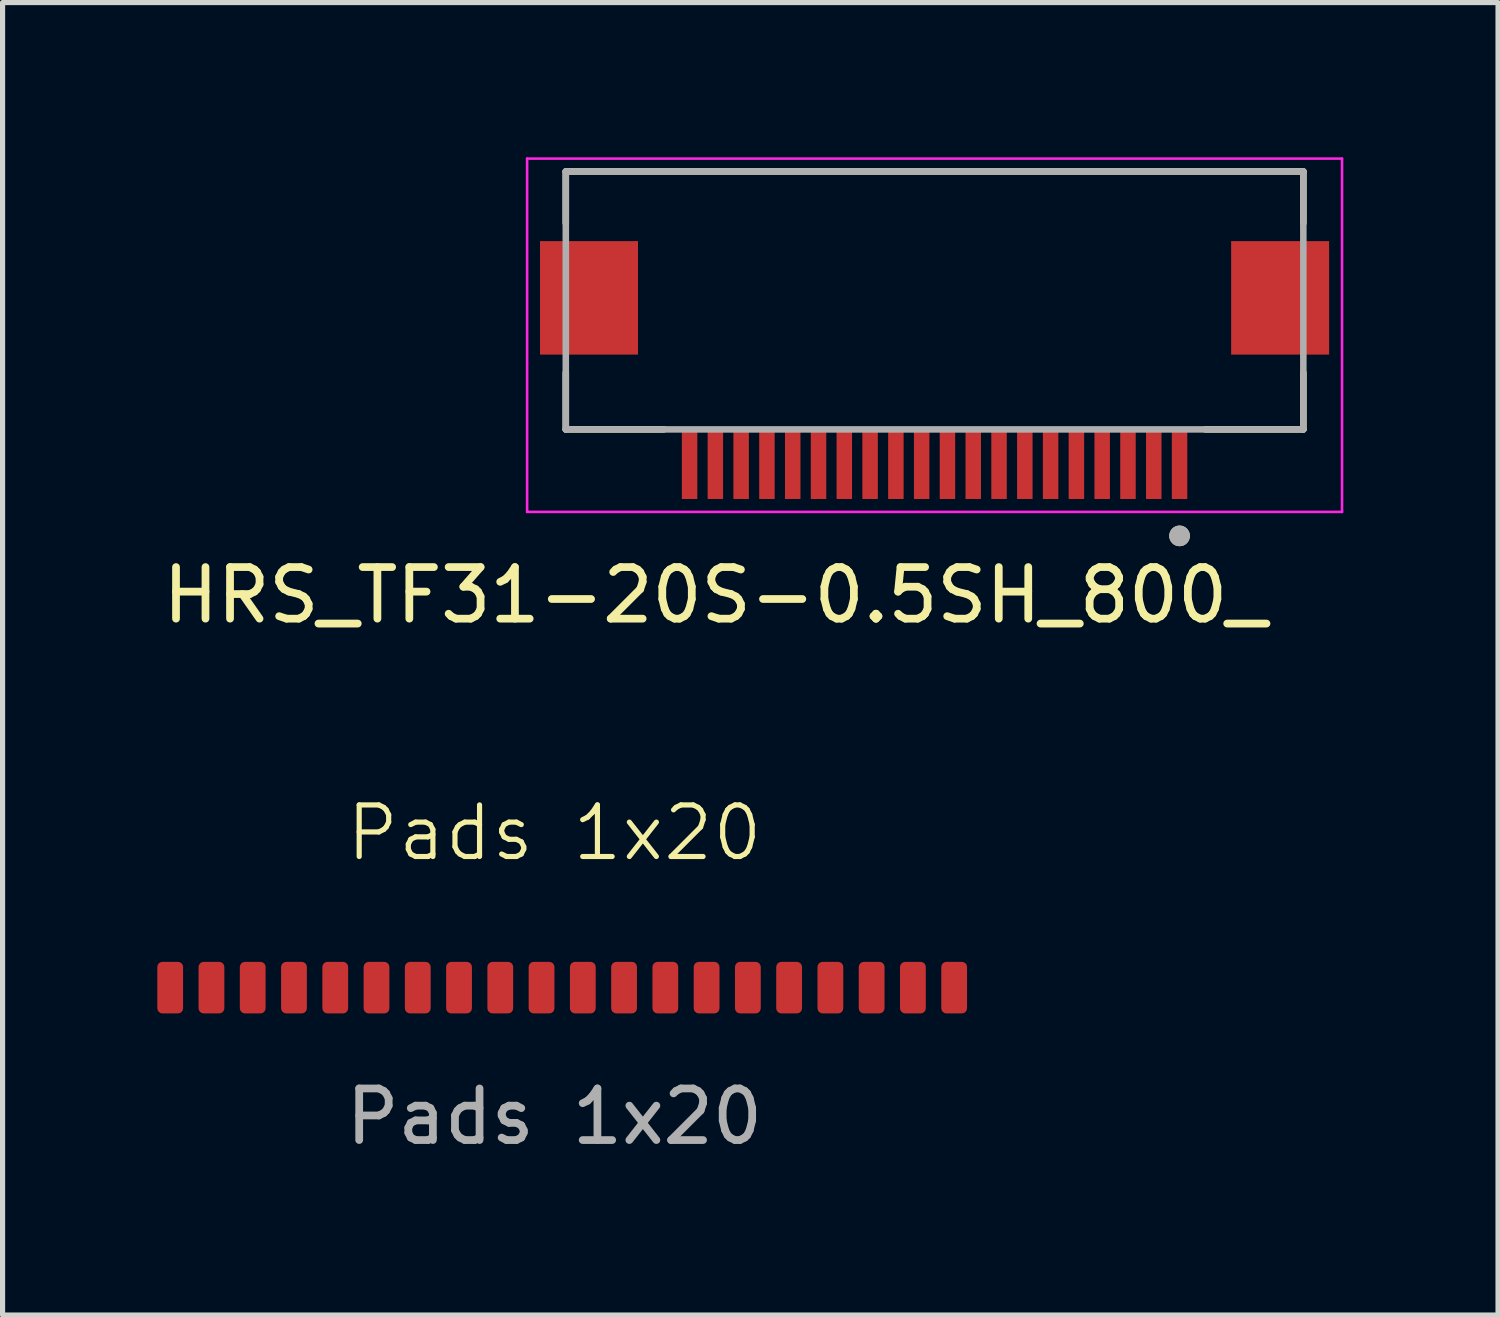
<source format=kicad_pcb>
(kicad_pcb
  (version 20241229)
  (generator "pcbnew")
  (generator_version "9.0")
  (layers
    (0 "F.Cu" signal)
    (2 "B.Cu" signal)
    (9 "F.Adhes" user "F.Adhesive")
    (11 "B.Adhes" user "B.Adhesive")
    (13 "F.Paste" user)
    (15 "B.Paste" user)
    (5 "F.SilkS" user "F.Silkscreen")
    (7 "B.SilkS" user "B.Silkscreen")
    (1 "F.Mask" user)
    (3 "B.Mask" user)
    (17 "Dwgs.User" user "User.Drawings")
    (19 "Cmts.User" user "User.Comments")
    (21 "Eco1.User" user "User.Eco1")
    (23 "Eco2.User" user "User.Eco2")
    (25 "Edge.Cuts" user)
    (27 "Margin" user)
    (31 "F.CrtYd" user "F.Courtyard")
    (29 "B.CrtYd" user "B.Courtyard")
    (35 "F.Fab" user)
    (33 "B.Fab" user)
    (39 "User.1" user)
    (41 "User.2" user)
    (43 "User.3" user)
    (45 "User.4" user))
  (footprint "HRS_TF31-20S-0.5SH_800_"
    (layer "F.Cu")
    (at 15.07 2.775)
    (property "Reference" "HRS_TF31-20S-0.5SH_800_" (at -4.255 5.715 0) (layer "F.SilkS") (effects (font (size 1 1) (thickness 0.15))))
    (attr smd)
    (fp_line (start -7.15 -2.5) (end -7.15 -1.5) (stroke (width 0.127) (type solid)) (layer "F.SilkS"))
    (fp_line (start -7.15 1.4) (end -7.15 2.5) (stroke (width 0.127) (type solid)) (layer "F.SilkS"))
    (fp_line (start -7.15 2.5) (end -5.25 2.5) (stroke (width 0.127) (type solid)) (layer "F.SilkS"))
    (fp_line (start 5.25 2.5) (end 7.15 2.5) (stroke (width 0.127) (type solid)) (layer "F.SilkS"))
    (fp_line (start 7.15 -2.5) (end -7.15 -2.5) (stroke (width 0.127) (type solid)) (layer "F.SilkS"))
    (fp_line (start 7.15 -1.5) (end 7.15 -2.5) (stroke (width 0.127) (type solid)) (layer "F.SilkS"))
    (fp_line (start 7.15 2.5) (end 7.15 1.4) (stroke (width 0.127) (type solid)) (layer "F.SilkS"))
    (fp_circle (center 4.75 4.565) (end 4.85 4.565) (stroke (width 0.2) (type solid)) (fill no) (layer "F.SilkS"))
    (fp_line (start -7.9 -2.75) (end 7.9 -2.75) (stroke (width 0.05) (type solid)) (layer "F.CrtYd"))
    (fp_line (start -7.9 4.1) (end -7.9 -2.75) (stroke (width 0.05) (type solid)) (layer "F.CrtYd"))
    (fp_line (start 7.9 -2.75) (end 7.9 4.1) (stroke (width 0.05) (type solid)) (layer "F.CrtYd"))
    (fp_line (start 7.9 4.1) (end -7.9 4.1) (stroke (width 0.05) (type solid)) (layer "F.CrtYd"))
    (fp_line (start -7.15 -2.5) (end 7.15 -2.5) (stroke (width 0.127) (type solid)) (layer "F.Fab"))
    (fp_line (start -7.15 2.5) (end -7.15 -2.5) (stroke (width 0.127) (type solid)) (layer "F.Fab"))
    (fp_line (start 7.15 -2.5) (end 7.15 2.5) (stroke (width 0.127) (type solid)) (layer "F.Fab"))
    (fp_line (start 7.15 2.5) (end -7.15 2.5) (stroke (width 0.127) (type solid)) (layer "F.Fab"))
    (fp_circle (center 4.75 4.565) (end 4.85 4.565) (stroke (width 0.2) (type solid)) (fill no) (layer "F.Fab"))
    (pad "1" smd rect (at 4.75 3.2) (size 0.3 1.3) (layers "F.Cu" "F.Mask" "F.Paste"))
    (pad "2" smd rect (at 4.25 3.2) (size 0.3 1.3) (layers "F.Cu" "F.Mask" "F.Paste"))
    (pad "3" smd rect (at 3.75 3.2) (size 0.3 1.3) (layers "F.Cu" "F.Mask" "F.Paste"))
    (pad "4" smd rect (at 3.25 3.2) (size 0.3 1.3) (layers "F.Cu" "F.Mask" "F.Paste"))
    (pad "5" smd rect (at 2.75 3.2) (size 0.3 1.3) (layers "F.Cu" "F.Mask" "F.Paste"))
    (pad "6" smd rect (at 2.25 3.2) (size 0.3 1.3) (layers "F.Cu" "F.Mask" "F.Paste"))
    (pad "7" smd rect (at 1.75 3.2) (size 0.3 1.3) (layers "F.Cu" "F.Mask" "F.Paste"))
    (pad "8" smd rect (at 1.25 3.2) (size 0.3 1.3) (layers "F.Cu" "F.Mask" "F.Paste"))
    (pad "9" smd rect (at 0.75 3.2) (size 0.3 1.3) (layers "F.Cu" "F.Mask" "F.Paste"))
    (pad "10" smd rect (at 0.25 3.2) (size 0.3 1.3) (layers "F.Cu" "F.Mask" "F.Paste"))
    (pad "11" smd rect (at -0.25 3.2) (size 0.3 1.3) (layers "F.Cu" "F.Mask" "F.Paste"))
    (pad "12" smd rect (at -0.75 3.2) (size 0.3 1.3) (layers "F.Cu" "F.Mask" "F.Paste"))
    (pad "13" smd rect (at -1.25 3.2) (size 0.3 1.3) (layers "F.Cu" "F.Mask" "F.Paste"))
    (pad "14" smd rect (at -1.75 3.2) (size 0.3 1.3) (layers "F.Cu" "F.Mask" "F.Paste"))
    (pad "15" smd rect (at -2.25 3.2) (size 0.3 1.3) (layers "F.Cu" "F.Mask" "F.Paste"))
    (pad "16" smd rect (at -2.75 3.2) (size 0.3 1.3) (layers "F.Cu" "F.Mask" "F.Paste"))
    (pad "17" smd rect (at -3.25 3.2) (size 0.3 1.3) (layers "F.Cu" "F.Mask" "F.Paste"))
    (pad "18" smd rect (at -3.75 3.2) (size 0.3 1.3) (layers "F.Cu" "F.Mask" "F.Paste"))
    (pad "19" smd rect (at -4.25 3.2) (size 0.3 1.3) (layers "F.Cu" "F.Mask" "F.Paste"))
    (pad "20" smd rect (at -4.75 3.2) (size 0.3 1.3) (layers "F.Cu" "F.Mask" "F.Paste"))
    (pad "S1" smd rect (at -6.7 -0.05) (size 1.9 2.2) (layers "F.Cu" "F.Mask" "F.Paste"))
    (pad "S2" smd rect (at 6.7 -0.05) (size 1.9 2.2) (layers "F.Cu" "F.Mask" "F.Paste")))
  (footprint "Pads 1x20"
    (layer "F.Cu")
    (at 7.7 16.099)
    (property "Reference" "Pads 1x20" (at 0 -3 0) (unlocked yes) (layer "F.SilkS") (effects (font (size 1 1) (thickness 0.1))))
    (attr exclude_from_pos_files exclude_from_bom)
    (fp_text user "${REFERENCE}" (at 0 2.5 0) (unlocked yes) (layer "F.Fab") (effects (font (size 1 1) (thickness 0.15))))
    (pad "1" smd roundrect (at -7.45 0) (size 0.5 1) (layers "F.Cu" "F.Mask" "F.Paste") (roundrect_rratio 0.2))
    (pad "2" smd roundrect (at -6.65 0) (size 0.5 1) (layers "F.Cu" "F.Mask" "F.Paste") (roundrect_rratio 0.2))
    (pad "3" smd roundrect (at -5.85 0) (size 0.5 1) (layers "F.Cu" "F.Mask" "F.Paste") (roundrect_rratio 0.2))
    (pad "4" smd roundrect (at -5.05 0) (size 0.5 1) (layers "F.Cu" "F.Mask" "F.Paste") (roundrect_rratio 0.2))
    (pad "5" smd roundrect (at -4.25 0) (size 0.5 1) (layers "F.Cu" "F.Mask" "F.Paste") (roundrect_rratio 0.2))
    (pad "6" smd roundrect (at -3.45 0) (size 0.5 1) (layers "F.Cu" "F.Mask" "F.Paste") (roundrect_rratio 0.2))
    (pad "7" smd roundrect (at -2.65 0) (size 0.5 1) (layers "F.Cu" "F.Mask" "F.Paste") (roundrect_rratio 0.2))
    (pad "8" smd roundrect (at -1.85 0) (size 0.5 1) (layers "F.Cu" "F.Mask" "F.Paste") (roundrect_rratio 0.2))
    (pad "9" smd roundrect (at -1.05 0) (size 0.5 1) (layers "F.Cu" "F.Mask" "F.Paste") (roundrect_rratio 0.2))
    (pad "10" smd roundrect (at -0.25 0) (size 0.5 1) (layers "F.Cu" "F.Mask" "F.Paste") (roundrect_rratio 0.2))
    (pad "11" smd roundrect (at 0.55 0) (size 0.5 1) (layers "F.Cu" "F.Mask" "F.Paste") (roundrect_rratio 0.2))
    (pad "12" smd roundrect (at 1.35 0) (size 0.5 1) (layers "F.Cu" "F.Mask" "F.Paste") (roundrect_rratio 0.2))
    (pad "13" smd roundrect (at 2.15 0) (size 0.5 1) (layers "F.Cu" "F.Mask" "F.Paste") (roundrect_rratio 0.2))
    (pad "14" smd roundrect (at 2.95 0) (size 0.5 1) (layers "F.Cu" "F.Mask" "F.Paste") (roundrect_rratio 0.2))
    (pad "15" smd roundrect (at 3.75 0) (size 0.5 1) (layers "F.Cu" "F.Mask" "F.Paste") (roundrect_rratio 0.2))
    (pad "16" smd roundrect (at 4.55 0) (size 0.5 1) (layers "F.Cu" "F.Mask" "F.Paste") (roundrect_rratio 0.2))
    (pad "17" smd roundrect (at 5.35 0) (size 0.5 1) (layers "F.Cu" "F.Mask" "F.Paste") (roundrect_rratio 0.2))
    (pad "18" smd roundrect (at 6.15 0) (size 0.5 1) (layers "F.Cu" "F.Mask" "F.Paste") (roundrect_rratio 0.2))
    (pad "19" smd roundrect (at 6.95 0) (size 0.5 1) (layers "F.Cu" "F.Mask" "F.Paste") (roundrect_rratio 0.2))
    (pad "20" smd roundrect (at 7.75 0) (size 0.5 1) (layers "F.Cu" "F.Mask" "F.Paste") (roundrect_rratio 0.2)))
  (gr_rect
    (start -3 -3)
    (end 25.995 22.447)
    (stroke (width 0.1) (type default))
    (fill no)
    (layer "Edge.Cuts")))
</source>
